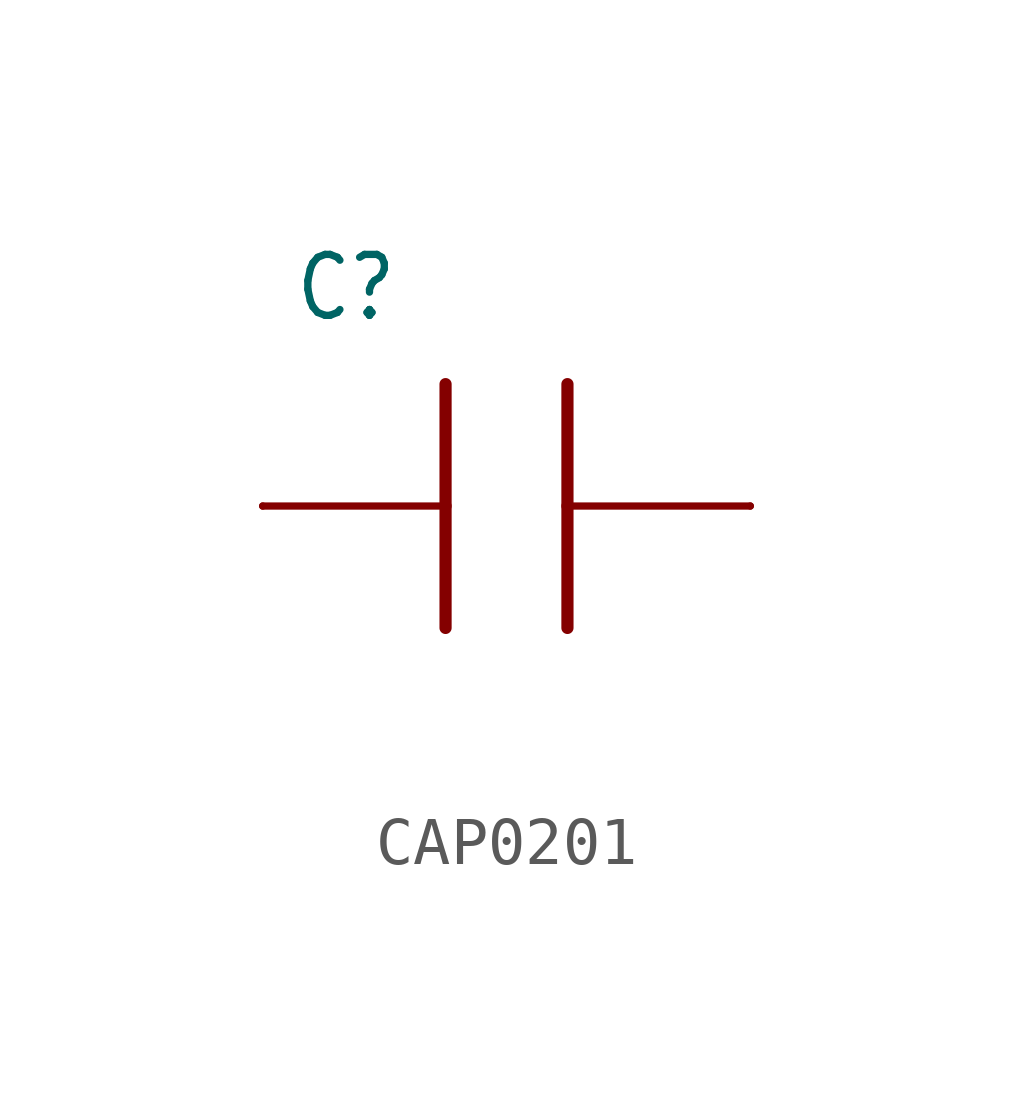
<source format=kicad_sym>
(kicad_symbol_lib
  (version 20231120)
  (generator "kicad_symbol_editor")
  (generator_version "8.0")
  (symbol "CAP0201"
    (property "Reference" "C"
      (at -4.445 3.81 0)
      (effects (font (size 1.27 1.079)) (justify left bottom)))
    (property "Value" ""
      (at -5.08 -5.08 0)
      (effects (font (size 1.27 1.079)) (justify left bottom)))
    (property "ki_locked" ""
      (at 0 0 0)
      (effects (font (size 1.27 1.27))))
    (symbol "CAP0201_1_0"
      (polyline (pts (xy -5.08 0) (xy -1.27 0)) (stroke (width 0.152) (type solid)) (fill (type none)))
      (polyline (pts (xy -1.27 0) (xy -1.27 -2.54)) (stroke (width 0.254) (type solid)) (fill (type none)))
      (polyline (pts (xy -1.27 2.54) (xy -1.27 0)) (stroke (width 0.254) (type solid)) (fill (type none)))
      (polyline (pts (xy 1.27 0) (xy 1.27 -2.54)) (stroke (width 0.254) (type solid)) (fill (type none)))
      (polyline (pts (xy 1.27 2.54) (xy 1.27 0)) (stroke (width 0.254) (type solid)) (fill (type none)))
      (polyline (pts (xy 5.08 0) (xy 1.27 0)) (stroke (width 0.152) (type solid)) (fill (type none)))
      (pin passive line (at -5.08 0 0) (length 0) (name "P$1" (effects (font (size 0 0)))) (number "P$1" (effects (font (size 0 0)))))
      (pin passive line (at 5.08 0 180) (length 0) (name "P$2" (effects (font (size 0 0)))) (number "P$2" (effects (font (size 0 0))))))))
</source>
